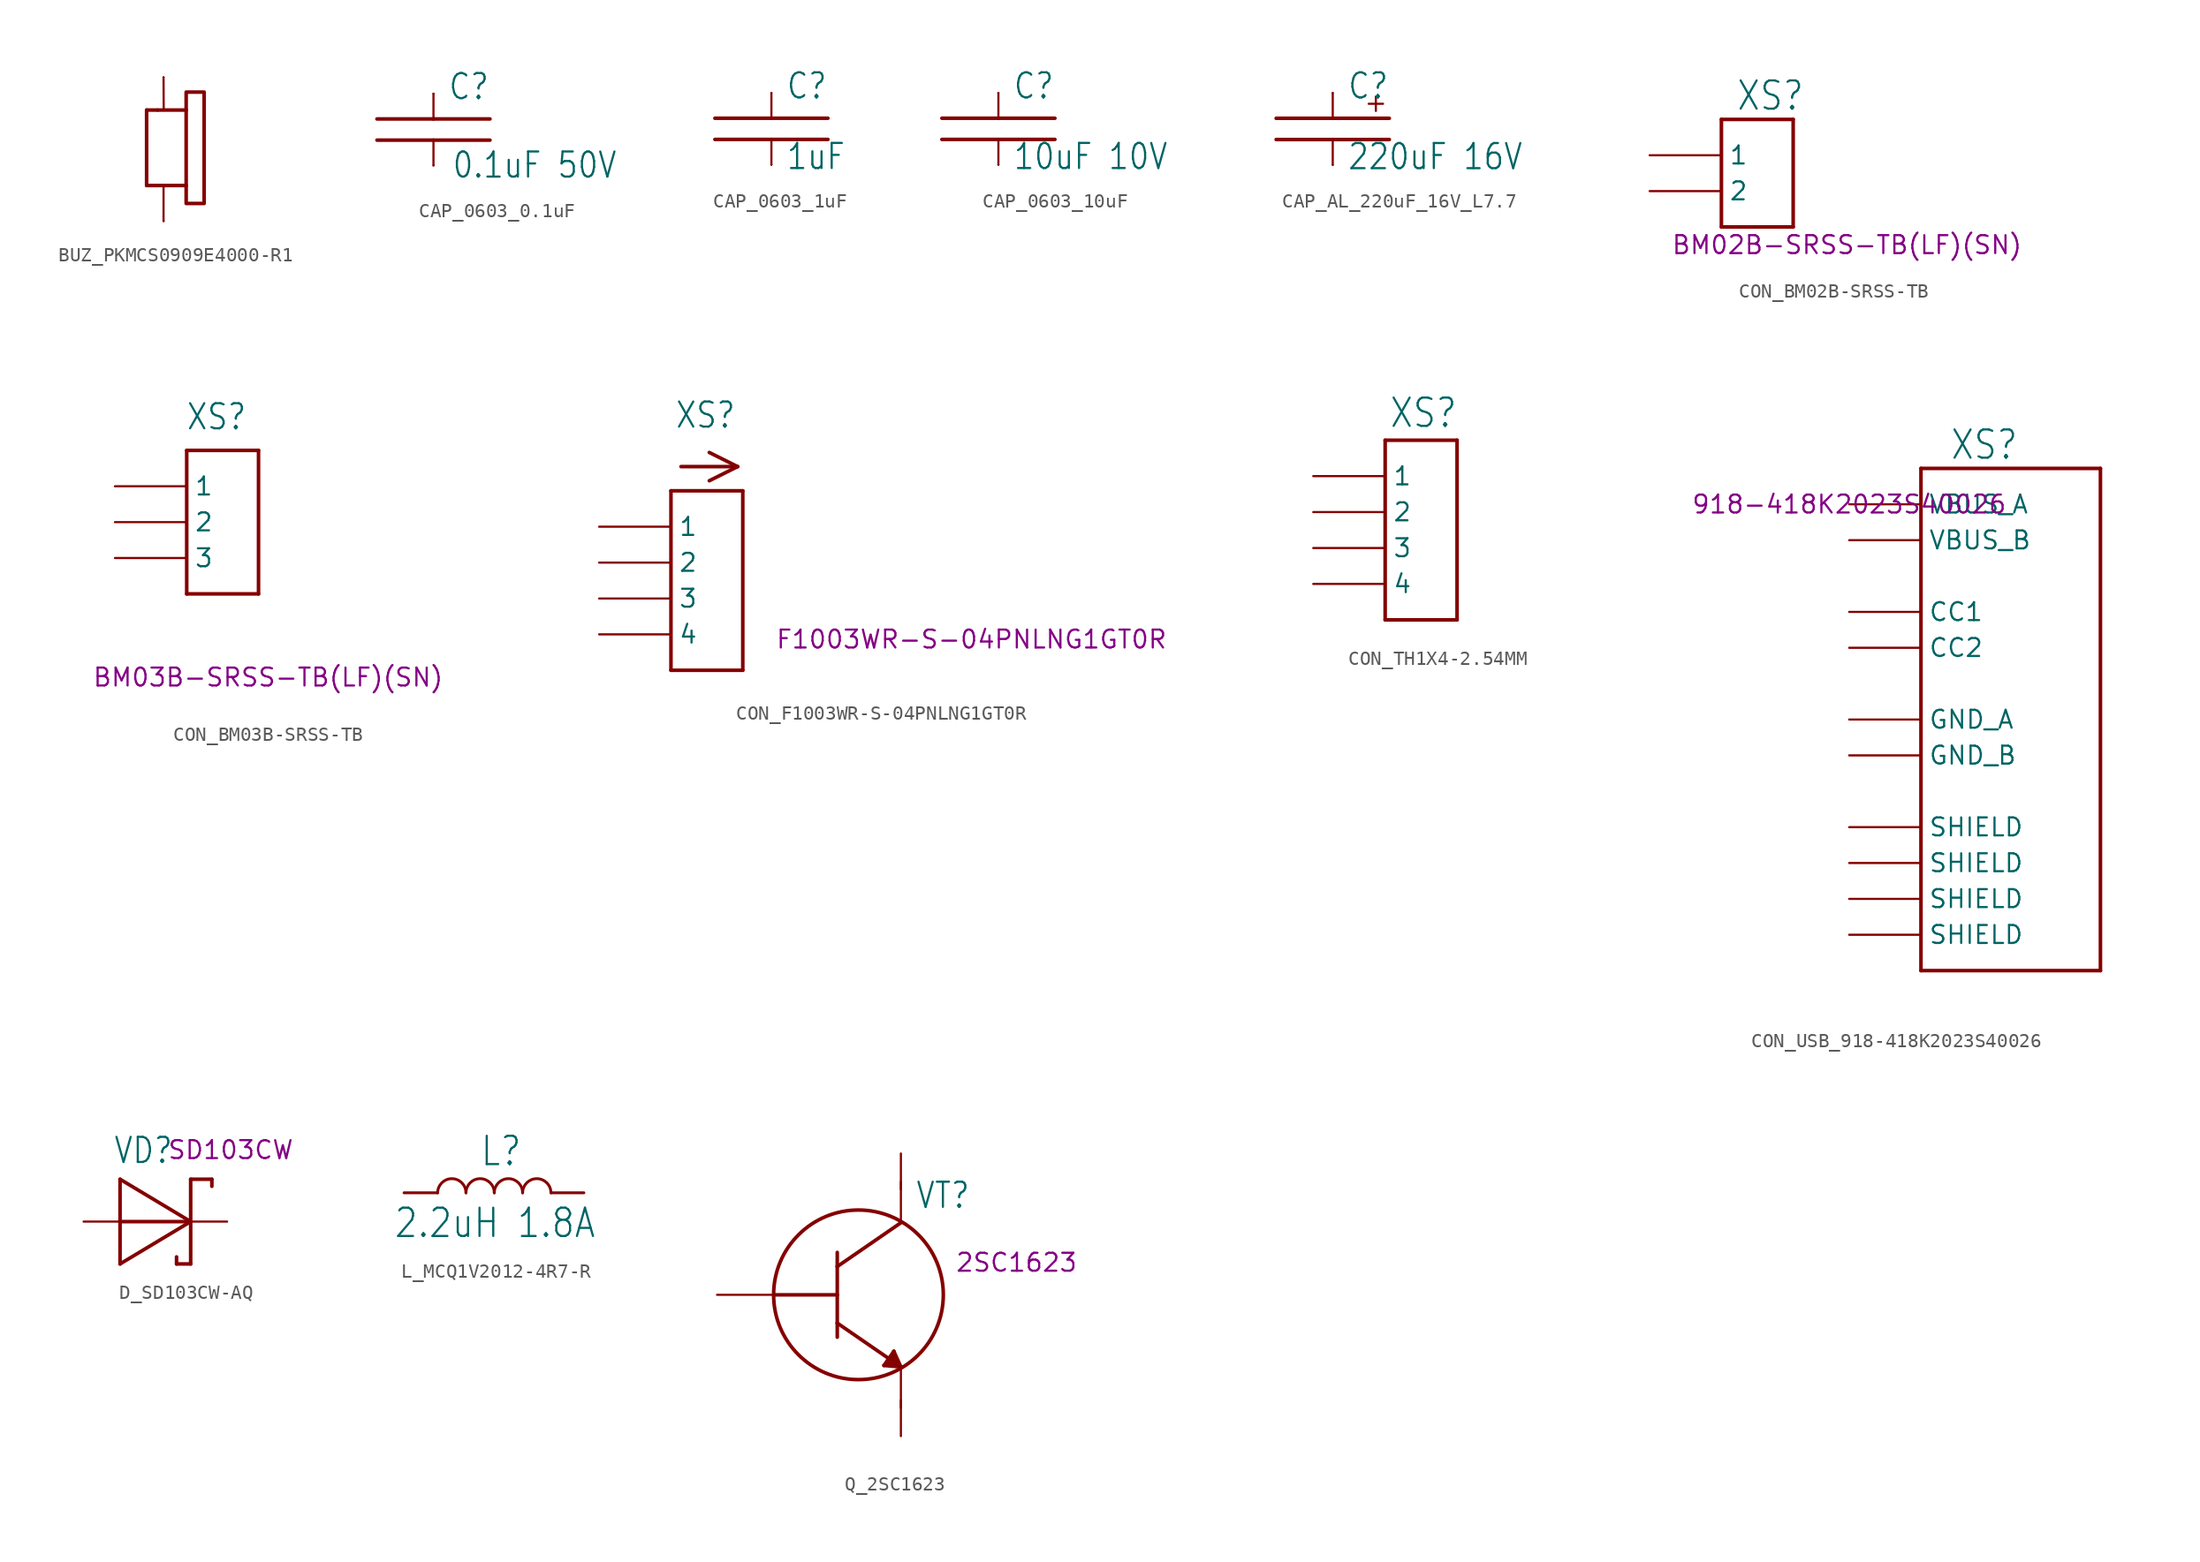
<source format=kicad_sym>
(kicad_symbol_lib
  (version 20231120)
  (generator "kicad_symbol_editor")
  (generator_version "8.0")
  (symbol "BUZ_PKMCS0909E4000-R1"
    (property "Reference" "BUZ"
      (at 3.5 6 0)
      (effects (font (size 2 1.7)) (justify left bottom) (hide yes)))
    (symbol "BUZ_PKMCS0909E4000-R1_0_1"
      (polyline (pts (xy 0 -10.16) (xy 0 -7.62)) (stroke (width 0) (type default)) (fill (type none))))
    (symbol "BUZ_PKMCS0909E4000-R1_1_0"
      (polyline (pts (xy -1.196 -7.647) (xy -0.45 -7.647)) (stroke (width 0.254) (type solid)) (fill (type none)))
      (polyline (pts (xy -1.196 -2.313) (xy -1.196 -7.647)) (stroke (width 0.254) (type solid)) (fill (type none)))
      (polyline (pts (xy -0.434 -7.647) (xy 1.566 -7.647)) (stroke (width 0.254) (type solid)) (fill (type none)))
      (polyline (pts (xy -0.434 -2.313) (xy -1.196 -2.313)) (stroke (width 0.254) (type solid)) (fill (type none)))
      (polyline (pts (xy 0.011 -2.251) (xy 0 0)) (stroke (width 0.152) (type solid)) (fill (type none)))
      (polyline (pts (xy 1.598 -7.647) (xy 1.598 -2.313)) (stroke (width 0.254) (type solid)) (fill (type none)))
      (polyline (pts (xy 1.598 -2.313) (xy -0.402 -2.313)) (stroke (width 0.254) (type solid)) (fill (type none)))
      (pin bidirectional line (at 0 0 270) (length 0) (name "+" (effects (font (size 0 0)))) (number "1" (effects (font (size 0 0)))))
      (pin bidirectional line (at 0 -10.16 90) (length 0) (name "-" (effects (font (size 0 0)))) (number "2" (effects (font (size 0 0))))))
    (symbol "BUZ_PKMCS0909E4000-R1_1_1"
      (polyline (pts (xy 1.598 -7.647) (xy 1.598 -8.917) (xy 2.868 -8.917) (xy 2.868 -1.043) (xy 1.598 -1.043) (xy 1.598 -2.313)) (stroke (width 0.254) (type default)) (fill (type none)))))
  (symbol "CAP_0603_0.1uF"
    (property "Reference" "C"
      (at 1 2 0)
      (effects (font (size 1.778 1.511)) (justify left bottom)))
    (property "Value" "0.1uF 50V"
      (at 1.27 -3.556 0)
      (effects (font (size 1.778 1.511)) (justify left bottom)))
    (symbol "CAP_0603_0.1uF_1_0"
      (polyline (pts (xy -4 -0.75) (xy 0 -0.75)) (stroke (width 0.254) (type solid)) (fill (type none)))
      (polyline (pts (xy -4 0.75) (xy 0 0.75)) (stroke (width 0.254) (type solid)) (fill (type none)))
      (polyline (pts (xy 0 -2.54) (xy 0 -0.75)) (stroke (width 0.152) (type solid)) (fill (type none)))
      (polyline (pts (xy 0 -0.75) (xy 4 -0.75)) (stroke (width 0.254) (type solid)) (fill (type none)))
      (polyline (pts (xy 0 0.75) (xy 4 0.75)) (stroke (width 0.254) (type solid)) (fill (type none)))
      (polyline (pts (xy 0 2.54) (xy 0 0.75)) (stroke (width 0.152) (type solid)) (fill (type none)))
      (pin bidirectional line (at 0 2.54 270) (length 0) (name "1" (effects (font (size 0 0)))) (number "1" (effects (font (size 0 0)))))
      (pin bidirectional line (at 0 -2.54 90) (length 0) (name "2" (effects (font (size 0 0)))) (number "2" (effects (font (size 0 0)))))))
  (symbol "CAP_0603_1uF"
    (property "Reference" "C"
      (at 1 2 0)
      (effects (font (size 1.778 1.511)) (justify left bottom)))
    (property "Value" "1uF"
      (at 1 -3 0)
      (effects (font (size 1.778 1.511)) (justify left bottom)))
    (symbol "CAP_0603_1uF_1_0"
      (polyline (pts (xy -4 -0.75) (xy 0 -0.75)) (stroke (width 0.254) (type solid)) (fill (type none)))
      (polyline (pts (xy -4 0.75) (xy 0 0.75)) (stroke (width 0.254) (type solid)) (fill (type none)))
      (polyline (pts (xy 0 -2.54) (xy 0 -0.75)) (stroke (width 0.152) (type solid)) (fill (type none)))
      (polyline (pts (xy 0 -0.75) (xy 4 -0.75)) (stroke (width 0.254) (type solid)) (fill (type none)))
      (polyline (pts (xy 0 0.75) (xy 4 0.75)) (stroke (width 0.254) (type solid)) (fill (type none)))
      (polyline (pts (xy 0 2.54) (xy 0 0.75)) (stroke (width 0.152) (type solid)) (fill (type none)))
      (pin passive line (at 0 2.54 270) (length 0) (name "1" (effects (font (size 0 0)))) (number "1" (effects (font (size 0 0)))))
      (pin passive line (at 0 -2.54 90) (length 0) (name "2" (effects (font (size 0 0)))) (number "2" (effects (font (size 0 0)))))))
  (symbol "CAP_0603_10uF"
    (property "Reference" "C"
      (at 1 2 0)
      (effects (font (size 1.778 1.511)) (justify left bottom)))
    (property "Value" "10uF 10V"
      (at 1 -3 0)
      (effects (font (size 1.778 1.511)) (justify left bottom)))
    (symbol "CAP_0603_10uF_1_0"
      (polyline (pts (xy -4 -0.75) (xy 0 -0.75)) (stroke (width 0.254) (type solid)) (fill (type none)))
      (polyline (pts (xy -4 0.75) (xy 0 0.75)) (stroke (width 0.254) (type solid)) (fill (type none)))
      (polyline (pts (xy 0 -2.54) (xy 0 -0.75)) (stroke (width 0.152) (type solid)) (fill (type none)))
      (polyline (pts (xy 0 -0.75) (xy 4 -0.75)) (stroke (width 0.254) (type solid)) (fill (type none)))
      (polyline (pts (xy 0 0.75) (xy 4 0.75)) (stroke (width 0.254) (type solid)) (fill (type none)))
      (polyline (pts (xy 0 2.54) (xy 0 0.75)) (stroke (width 0.152) (type solid)) (fill (type none)))
      (pin bidirectional line (at 0 2.54 270) (length 0) (name "1" (effects (font (size 0 0)))) (number "1" (effects (font (size 0 0)))))
      (pin bidirectional line (at 0 -2.54 90) (length 0) (name "2" (effects (font (size 0 0)))) (number "2" (effects (font (size 0 0)))))))
  (symbol "CAP_AL_220uF_16V_L7.7"
    (property "Reference" "C"
      (at 1 2 0)
      (effects (font (size 1.778 1.511)) (justify left bottom)))
    (property "Value" "220uF 16V"
      (at 1 -3 0)
      (effects (font (size 1.778 1.511)) (justify left bottom)))
    (symbol "CAP_AL_220uF_16V_L7.7_1_0"
      (polyline (pts (xy -4 -0.75) (xy 0 -0.75)) (stroke (width 0.254) (type solid)) (fill (type none)))
      (polyline (pts (xy -4 0.75) (xy 0 0.75)) (stroke (width 0.254) (type solid)) (fill (type none)))
      (polyline (pts (xy 0 -2.54) (xy 0 -0.75)) (stroke (width 0.152) (type solid)) (fill (type none)))
      (polyline (pts (xy 0 -0.75) (xy 4 -0.75)) (stroke (width 0.254) (type solid)) (fill (type none)))
      (polyline (pts (xy 0 0.75) (xy 4 0.75)) (stroke (width 0.254) (type solid)) (fill (type none)))
      (polyline (pts (xy 0 2.54) (xy 0 0.75)) (stroke (width 0.152) (type solid)) (fill (type none)))
      (pin bidirectional line (at 0 2.54 270) (length 0) (name "+" (effects (font (size 0 0)))) (number "1" (effects (font (size 0 0)))))
      (pin bidirectional line (at 0 -2.54 90) (length 0) (name "-" (effects (font (size 0 0)))) (number "2" (effects (font (size 0 0))))))
    (symbol "CAP_AL_220uF_16V_L7.7_1_1"
      (polyline (pts (xy 2.54 1.778) (xy 3.556 1.778)) (stroke (width 0) (type default)) (fill (type none)))
      (polyline (pts (xy 3.048 2.286) (xy 3.048 1.27)) (stroke (width 0) (type default)) (fill (type none)))))
  (symbol "CON_BM02B-SRSS-TB"
    (property "Reference" "XS"
      (at 6.096 3.048 0)
      (effects (font (size 2 1.7)) (justify left bottom)))
    (property "Manufacturer PN" "BM02B-SRSS-TB(LF)(SN)"
      (at 13.97 -6.35 0)
      (effects (font (size 1.27 1.27))))
    (symbol "CON_BM02B-SRSS-TB_1_0"
      (polyline (pts (xy 5.08 -5.08) (xy 5.08 2.54)) (stroke (width 0.254) (type solid)) (fill (type none)))
      (polyline (pts (xy 5.08 -5.08) (xy 10.16 -5.08)) (stroke (width 0.254) (type solid)) (fill (type none)))
      (polyline (pts (xy 5.08 2.54) (xy 10.16 2.54)) (stroke (width 0.254) (type solid)) (fill (type none)))
      (polyline (pts (xy 10.16 -5.08) (xy 10.16 2.54)) (stroke (width 0.254) (type solid)) (fill (type none)))
      (pin bidirectional line (at 0 0 0) (length 5.08) (name "1" (effects (font (size 1.27 1.27)))) (number "1" (effects (font (size 0 0)))))
      (pin bidirectional line (at 0 -2.54 0) (length 5.08) (name "2" (effects (font (size 1.27 1.27)))) (number "2" (effects (font (size 0 0)))))))
  (symbol "CON_BM03B-SRSS-TB"
    (property "Reference" "XS"
      (at 5 3.88 0)
      (effects (font (size 1.778 1.511)) (justify left bottom)))
    (property "Manufacturer PN" "BM03B-SRSS-TB(LF)(SN)"
      (at 10.842 -13.526 0)
      (effects (font (size 1.27 1.27))))
    (symbol "CON_BM03B-SRSS-TB_1_0"
      (polyline (pts (xy 5.08 -7.62) (xy 5.08 2.54)) (stroke (width 0.254) (type solid)) (fill (type none)))
      (polyline (pts (xy 5.08 -7.62) (xy 10.16 -7.62)) (stroke (width 0.254) (type solid)) (fill (type none)))
      (polyline (pts (xy 5.08 2.54) (xy 10.16 2.54)) (stroke (width 0.254) (type solid)) (fill (type none)))
      (polyline (pts (xy 10.16 2.54) (xy 10.16 -7.62)) (stroke (width 0.254) (type solid)) (fill (type none)))
      (pin bidirectional line (at 0 0 0) (length 5.08) (name "1" (effects (font (size 1.27 1.27)))) (number "1" (effects (font (size 0 0)))))
      (pin bidirectional line (at 0 -2.54 0) (length 5.08) (name "2" (effects (font (size 1.27 1.27)))) (number "2" (effects (font (size 0 0)))))
      (pin bidirectional line (at 0 -5.08 0) (length 5.08) (name "3" (effects (font (size 1.27 1.27)))) (number "3" (effects (font (size 0 0)))))))
  (symbol "CON_F1003WR-S-04PNLNG1GT0R"
    (property "Reference" "XS"
      (at 5.334 6.858 0)
      (effects (font (size 1.778 1.511)) (justify left bottom)))
    (property "Manufacturer PN" "F1003WR-S-04PNLNG1GT0R"
      (at 26.336 -7.97 0)
      (effects (font (size 1.27 1.27))))
    (symbol "CON_F1003WR-S-04PNLNG1GT0R_1_0"
      (polyline (pts (xy 5.08 -10.16) (xy 5.08 2.54)) (stroke (width 0.254) (type solid)) (fill (type none)))
      (polyline (pts (xy 5.08 -10.16) (xy 10.16 -10.16)) (stroke (width 0.254) (type solid)) (fill (type none)))
      (polyline (pts (xy 5.08 2.54) (xy 10.16 2.54)) (stroke (width 0.254) (type solid)) (fill (type none)))
      (polyline (pts (xy 5.791 4.253) (xy 9.791 4.253)) (stroke (width 0.254) (type solid)) (fill (type none)))
      (polyline (pts (xy 9.791 4.253) (xy 7.791 3.253)) (stroke (width 0.254) (type solid)) (fill (type none)))
      (polyline (pts (xy 9.791 4.253) (xy 7.791 5.253)) (stroke (width 0.254) (type solid)) (fill (type none)))
      (polyline (pts (xy 10.16 2.54) (xy 10.16 -10.16)) (stroke (width 0.254) (type solid)) (fill (type none)))
      (pin bidirectional line (at 0 0 0) (length 5.08) (name "1" (effects (font (size 1.27 1.27)))) (number "1" (effects (font (size 0 0)))))
      (pin bidirectional line (at 0 -2.54 0) (length 5.08) (name "2" (effects (font (size 1.27 1.27)))) (number "2" (effects (font (size 0 0)))))
      (pin bidirectional line (at 0 -5.08 0) (length 5.08) (name "3" (effects (font (size 1.27 1.27)))) (number "3" (effects (font (size 0 0)))))
      (pin bidirectional line (at 0 -7.62 0) (length 5.08) (name "4" (effects (font (size 1.27 1.27)))) (number "4" (effects (font (size 0 0)))))))
  (symbol "CON_TH1X4-2.54MM"
    (property "Reference" "XS"
      (at 5.334 3.302 0)
      (effects (font (size 2 1.7)) (justify left bottom)))
    (property "Manufacturer PN" ""
      (at 17.7 -6.7 0)
      (effects (font (size 1.27 1.27))))
    (symbol "CON_TH1X4-2.54MM_1_0"
      (polyline (pts (xy 5.08 -10.16) (xy 5.08 2.54)) (stroke (width 0.254) (type solid)) (fill (type none)))
      (polyline (pts (xy 5.08 2.54) (xy 10.16 2.54)) (stroke (width 0.254) (type solid)) (fill (type none)))
      (polyline (pts (xy 10.16 -10.16) (xy 5.08 -10.16)) (stroke (width 0.254) (type solid)) (fill (type none)))
      (polyline (pts (xy 10.16 2.54) (xy 10.16 -10.16)) (stroke (width 0.254) (type solid)) (fill (type none)))
      (pin bidirectional line (at 0 0 0) (length 5.08) (name "1" (effects (font (size 1.27 1.27)))) (number "1" (effects (font (size 0 0)))))
      (pin bidirectional line (at 0 -2.54 0) (length 5.08) (name "2" (effects (font (size 1.27 1.27)))) (number "2" (effects (font (size 0 0)))))
      (pin bidirectional line (at 0 -5.08 0) (length 5.08) (name "3" (effects (font (size 1.27 1.27)))) (number "3" (effects (font (size 0 0)))))
      (pin bidirectional line (at 0 -7.62 0) (length 5.08) (name "4" (effects (font (size 1.27 1.27)))) (number "4" (effects (font (size 0 0)))))))
  (symbol "CON_USB_918-418K2023S40026"
    (property "Reference" "XS"
      (at 7.112 3.048 0)
      (effects (font (size 2 1.7)) (justify left bottom)))
    (property "Manufacturer PN" "918-418K2023S40026"
      (at 0 0 0)
      (effects (font (size 1.27 1.27))))
    (symbol "CON_USB_918-418K2023S40026_1_0"
      (polyline (pts (xy 5.08 -33.02) (xy 17.78 -33.02)) (stroke (width 0.254) (type solid)) (fill (type none)))
      (polyline (pts (xy 5.08 2.54) (xy 5.08 -33.02)) (stroke (width 0.254) (type solid)) (fill (type none)))
      (polyline (pts (xy 17.78 -33.02) (xy 17.78 2.54)) (stroke (width 0.254) (type solid)) (fill (type none)))
      (polyline (pts (xy 17.78 2.54) (xy 5.08 2.54)) (stroke (width 0.254) (type solid)) (fill (type none)))
      (pin bidirectional line (at 0 -15.24 0) (length 5.08) (name "GND_A" (effects (font (size 1.27 1.27)))) (number "A12" (effects (font (size 0 0)))))
      (pin bidirectional line (at 0 -7.62 0) (length 5.08) (name "CC1" (effects (font (size 1.27 1.27)))) (number "A5" (effects (font (size 0 0)))))
      (pin bidirectional line (at 0 0 0) (length 5.08) (name "VBUS_A" (effects (font (size 1.27 1.27)))) (number "A9" (effects (font (size 0 0)))))
      (pin bidirectional line (at 0 -17.78 0) (length 5.08) (name "GND_B" (effects (font (size 1.27 1.27)))) (number "B12" (effects (font (size 0 0)))))
      (pin bidirectional line (at 0 -10.16 0) (length 5.08) (name "CC2" (effects (font (size 1.27 1.27)))) (number "B5" (effects (font (size 0 0)))))
      (pin bidirectional line (at 0 -2.54 0) (length 5.08) (name "VBUS_B" (effects (font (size 1.27 1.27)))) (number "B9" (effects (font (size 0 0)))))
      (pin bidirectional line (at 0 -25.4 0) (length 5.08) (name "SHIELD" (effects (font (size 1.27 1.27)))) (number "SH1" (effects (font (size 0 0)))))
      (pin bidirectional line (at 0 -27.94 0) (length 5.08) (name "SHIELD" (effects (font (size 1.27 1.27)))) (number "SH2" (effects (font (size 0 0)))))
      (pin bidirectional line (at 0 -30.48 0) (length 5.08) (name "SHIELD" (effects (font (size 1.27 1.27)))) (number "SH3" (effects (font (size 0 0)))))
      (pin bidirectional line (at 0 -22.86 0) (length 5.08) (name "SHIELD" (effects (font (size 1.27 1.27)))) (number "SH4" (effects (font (size 0 0)))))))
  (symbol "D_SD103CW-AQ"
    (property "Reference" "VD"
      (at 2.08 4 0)
      (effects (font (size 1.778 1.511)) (justify left bottom)))
    (property "Manufacturer PN" "SD103CW"
      (at 10.414 5.08 0)
      (effects (font (size 1.27 1.27))))
    (symbol "D_SD103CW-AQ_1_0"
      (polyline (pts (xy 2.58 -3) (xy 7.58 0)) (stroke (width 0.254) (type solid)) (fill (type none)))
      (polyline (pts (xy 2.58 0) (xy 7.58 0)) (stroke (width 0.254) (type solid)) (fill (type none)))
      (polyline (pts (xy 2.58 3) (xy 2.58 -3)) (stroke (width 0.254) (type solid)) (fill (type none)))
      (polyline (pts (xy 2.58 3) (xy 7.58 0)) (stroke (width 0.254) (type solid)) (fill (type none)))
      (polyline (pts (xy 6.58 -3) (xy 6.58 -2.5)) (stroke (width 0.254) (type solid)) (fill (type none)))
      (polyline (pts (xy 7.58 -3) (xy 6.58 -3)) (stroke (width 0.254) (type solid)) (fill (type none)))
      (polyline (pts (xy 7.58 0) (xy 7.58 -3)) (stroke (width 0.254) (type solid)) (fill (type none)))
      (polyline (pts (xy 7.58 3) (xy 7.58 0)) (stroke (width 0.254) (type solid)) (fill (type none)))
      (polyline (pts (xy 7.58 3) (xy 9.08 3)) (stroke (width 0.254) (type solid)) (fill (type none)))
      (polyline (pts (xy 9.08 3) (xy 9.08 2.5)) (stroke (width 0.254) (type solid)) (fill (type none)))
      (pin bidirectional line (at 0 0 0) (length 2.54) (name "A" (effects (font (size 0 0)))) (number "A" (effects (font (size 0 0)))))
      (pin bidirectional line (at 10.16 0 180) (length 2.54) (name "C" (effects (font (size 0 0)))) (number "C" (effects (font (size 0 0)))))))
  (symbol "L_MCQ1V2012-4R7-R"
    (property "Reference" "L"
      (at 5.334 1.778 0)
      (effects (font (size 2 1.7)) (justify left bottom)))
    (property "Value" "2.2uH 1.8A"
      (at -0.762 -3.302 0)
      (effects (font (size 2 1.7)) (justify left bottom)))
    (symbol "L_MCQ1V2012-4R7-R_1_0"
      (polyline (pts (xy 2.374 -0.0003) (xy 0 0)) (stroke (width 0.2) (type solid)) (fill (type none)))
      (polyline (pts (xy 10.374 -0.0003) (xy 12.7 0)) (stroke (width 0.2) (type solid)) (fill (type none)))
      (arc (start 4.3737 -0.0003) (mid 3.3737 0.9954) (end 2.3737 -0.0003) (stroke (width 0.2) (type solid)) (fill (type none)))
      (arc (start 6.3737 -0.0003) (mid 5.3737 0.9954) (end 4.3737 -0.0003) (stroke (width 0.2) (type solid)) (fill (type none)))
      (arc (start 8.3737 -0.0003) (mid 7.3737 0.9954) (end 6.3737 -0.0003) (stroke (width 0.2) (type solid)) (fill (type none)))
      (arc (start 10.3737 -0.0003) (mid 9.3737 0.9954) (end 8.3737 -0.0003) (stroke (width 0.2) (type solid)) (fill (type none)))
      (pin bidirectional line (at 0 0 0) (length 0) (name "1" (effects (font (size 0 0)))) (number "1" (effects (font (size 0 0)))))
      (pin bidirectional line (at 12.7 0 180) (length 0) (name "2" (effects (font (size 0 0)))) (number "2" (effects (font (size 0 0)))))))
  (symbol "Q_2SC1623"
    (property "Reference" "VT"
      (at 4 6 0)
      (effects (font (size 1.778 1.511)) (justify left bottom)))
    (property "Manufacturer PN" "2SC1623"
      (at 11.176 2.286 0)
      (effects (font (size 1.27 1.27))))
    (symbol "Q_2SC1623_1_0"
      (polyline (pts (xy -6 0) (xy -1.5 0)) (stroke (width 0.254) (type solid)) (fill (type none)))
      (polyline (pts (xy -1.5 -3) (xy -1.5 -2)) (stroke (width 0.254) (type solid)) (fill (type none)))
      (polyline (pts (xy -1.5 -2) (xy -1.5 0)) (stroke (width 0.254) (type solid)) (fill (type none)))
      (polyline (pts (xy -1.5 -2) (xy 3 -5.1)) (stroke (width 0.254) (type solid)) (fill (type none)))
      (polyline (pts (xy -1.5 0) (xy -1.5 2)) (stroke (width 0.254) (type solid)) (fill (type none)))
      (polyline (pts (xy -1.5 2) (xy -1.5 3)) (stroke (width 0.254) (type solid)) (fill (type none)))
      (polyline (pts (xy -1.5 2) (xy 3 5.1)) (stroke (width 0.254) (type solid)) (fill (type none)))
      (polyline (pts (xy 1.8 -5) (xy 2.5 -4)) (stroke (width 0.254) (type solid)) (fill (type none)))
      (polyline (pts (xy 2.1 -4.9) (xy 2.5 -4.9)) (stroke (width 0.254) (type solid)) (fill (type none)))
      (polyline (pts (xy 2.5 -4.9) (xy 2.5 -4.4)) (stroke (width 0.254) (type solid)) (fill (type none)))
      (polyline (pts (xy 2.5 -4.4) (xy 2.7 -4.8)) (stroke (width 0.254) (type solid)) (fill (type none)))
      (polyline (pts (xy 2.5 -4) (xy 2.1 -4.9)) (stroke (width 0.254) (type solid)) (fill (type none)))
      (polyline (pts (xy 3 -5.1) (xy 1.8 -5)) (stroke (width 0.254) (type solid)) (fill (type none)))
      (polyline (pts (xy 3 -5.1) (xy 2.5 -4)) (stroke (width 0.254) (type solid)) (fill (type none)))
      (polyline (pts (xy 3 -5.1) (xy 3 -8)) (stroke (width 0.152) (type solid)) (fill (type none)))
      (polyline (pts (xy 3 5.1) (xy 3 8)) (stroke (width 0.152) (type solid)) (fill (type none)))
      (circle (center 0 0) (radius 6) (stroke (width 0.254) (type solid)) (fill (type none)))
      (pin bidirectional line (at -10 0 0) (length 5.08) (name "B" (effects (font (size 0 0)))) (number "1" (effects (font (size 0 0)))))
      (pin bidirectional line (at 3 -10 90) (length 2.54) (name "E" (effects (font (size 0 0)))) (number "2" (effects (font (size 0 0)))))
      (pin bidirectional line (at 3 10 270) (length 2.54) (name "C" (effects (font (size 0 0)))) (number "3" (effects (font (size 0 0))))))))
</source>
